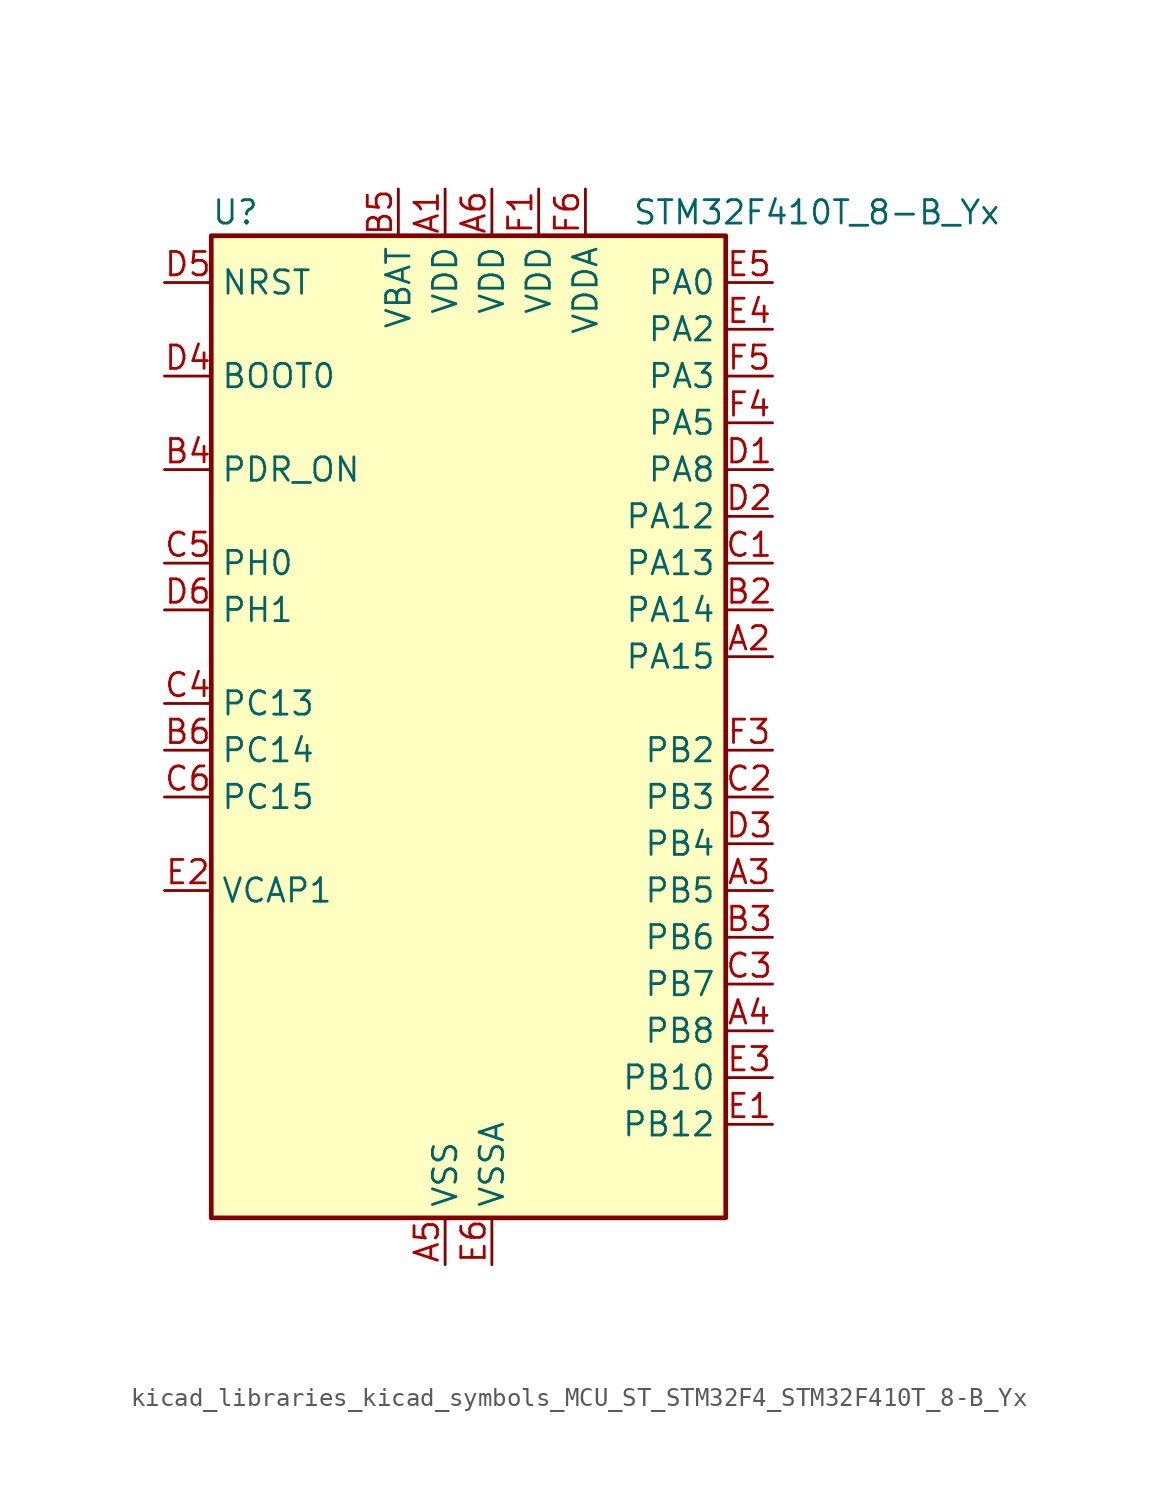
<source format=kicad_sym>
(kicad_symbol_lib
  (version 20220914)
  (generator kicad_symbol_editor)
  (symbol "kicad_libraries_kicad_symbols_MCU_ST_STM32F4_STM32F410T_8-B_Yx"
    (property "Reference" "U"
      (at -12.7 29.21 0)
      (effects (font (size 1.27 1.27)) (justify left)))
    (property "Value" "STM32F410T_8-B_Yx"
      (at 10.16 29.21 0)
      (effects (font (size 1.27 1.27)) (justify left)))
    (property "ki_locked" ""
      (at 0 0 0)
      (effects (font (size 1.27 1.27))))
    (symbol "kicad_libraries_kicad_symbols_MCU_ST_STM32F4_STM32F410T_8-B_Yx_0_1"
      (rectangle (start -12.7 -25.4) (end 15.24 27.94) (stroke (width 0.254) (type default)) (fill (type background))))
    (symbol "kicad_libraries_kicad_symbols_MCU_ST_STM32F4_STM32F410T_8-B_Yx_1_1"
      (pin power_in line (at 0 30.48 270) (length 2.54) (name "VDD" (effects (font (size 1.27 1.27)))) (number "A1" (effects (font (size 1.27 1.27)))))
      (pin bidirectional line (at 17.78 5.08 180) (length 2.54) (name "PA15" (effects (font (size 1.27 1.27)))) (number "A2" (effects (font (size 1.27 1.27)))) (alternate "ADC1_EXTI15" bidirectional line) (alternate "I2S1_WS" bidirectional line) (alternate "SPI1_NSS" bidirectional line) (alternate "SYS_JTDI" bidirectional line) (alternate "USART1_TX" bidirectional line))
      (pin bidirectional line (at 17.78 -7.62 180) (length 2.54) (name "PB5" (effects (font (size 1.27 1.27)))) (number "A3" (effects (font (size 1.27 1.27)))) (alternate "I2C1_SMBA" bidirectional line) (alternate "I2S1_SD" bidirectional line) (alternate "LPTIM1_IN1" bidirectional line) (alternate "SPI1_MOSI" bidirectional line))
      (pin bidirectional line (at 17.78 -15.24 180) (length 2.54) (name "PB8" (effects (font (size 1.27 1.27)))) (number "A4" (effects (font (size 1.27 1.27)))) (alternate "I2C1_SCL" bidirectional line) (alternate "LPTIM1_OUT" bidirectional line))
      (pin power_in line (at 0 -27.94 90) (length 2.54) (name "VSS" (effects (font (size 1.27 1.27)))) (number "A5" (effects (font (size 1.27 1.27)))))
      (pin power_in line (at 2.54 30.48 270) (length 2.54) (name "VDD" (effects (font (size 1.27 1.27)))) (number "A6" (effects (font (size 1.27 1.27)))))
      (pin passive line (at 0 -27.94 90) (length 2.54) hide (name "VSS" (effects (font (size 1.27 1.27)))) (number "B1" (effects (font (size 1.27 1.27)))))
      (pin bidirectional line (at 17.78 7.62 180) (length 2.54) (name "PA14" (effects (font (size 1.27 1.27)))) (number "B2" (effects (font (size 1.27 1.27)))) (alternate "SYS_JTCK-SWCLK" bidirectional line))
      (pin bidirectional line (at 17.78 -10.16 180) (length 2.54) (name "PB6" (effects (font (size 1.27 1.27)))) (number "B3" (effects (font (size 1.27 1.27)))) (alternate "I2C1_SCL" bidirectional line) (alternate "LPTIM1_ETR" bidirectional line) (alternate "USART1_TX" bidirectional line))
      (pin input line (at -15.24 15.24 0) (length 2.54) (name "PDR_ON" (effects (font (size 1.27 1.27)))) (number "B4" (effects (font (size 1.27 1.27)))))
      (pin power_in line (at -2.54 30.48 270) (length 2.54) (name "VBAT" (effects (font (size 1.27 1.27)))) (number "B5" (effects (font (size 1.27 1.27)))))
      (pin bidirectional line (at -15.24 0 0) (length 2.54) (name "PC14" (effects (font (size 1.27 1.27)))) (number "B6" (effects (font (size 1.27 1.27)))) (alternate "RCC_OSC32_IN" bidirectional line))
      (pin bidirectional line (at 17.78 10.16 180) (length 2.54) (name "PA13" (effects (font (size 1.27 1.27)))) (number "C1" (effects (font (size 1.27 1.27)))) (alternate "SYS_JTMS-SWDIO" bidirectional line))
      (pin bidirectional line (at 17.78 -2.54 180) (length 2.54) (name "PB3" (effects (font (size 1.27 1.27)))) (number "C2" (effects (font (size 1.27 1.27)))) (alternate "FMPI2C1_SDA" bidirectional line) (alternate "I2C2_SDA" bidirectional line) (alternate "I2S1_CK" bidirectional line) (alternate "SPI1_SCK" bidirectional line) (alternate "SYS_JTDO-SWO" bidirectional line) (alternate "USART1_RX" bidirectional line))
      (pin bidirectional line (at 17.78 -12.7 180) (length 2.54) (name "PB7" (effects (font (size 1.27 1.27)))) (number "C3" (effects (font (size 1.27 1.27)))) (alternate "I2C1_SDA" bidirectional line) (alternate "LPTIM1_IN2" bidirectional line) (alternate "USART1_RX" bidirectional line))
      (pin bidirectional line (at -15.24 2.54 0) (length 2.54) (name "PC13" (effects (font (size 1.27 1.27)))) (number "C4" (effects (font (size 1.27 1.27)))) (alternate "RTC_AF1" bidirectional line))
      (pin bidirectional line (at -15.24 10.16 0) (length 2.54) (name "PH0" (effects (font (size 1.27 1.27)))) (number "C5" (effects (font (size 1.27 1.27)))) (alternate "RCC_OSC_IN" bidirectional line))
      (pin bidirectional line (at -15.24 -2.54 0) (length 2.54) (name "PC15" (effects (font (size 1.27 1.27)))) (number "C6" (effects (font (size 1.27 1.27)))) (alternate "ADC1_EXTI15" bidirectional line) (alternate "RCC_OSC32_OUT" bidirectional line))
      (pin bidirectional line (at 17.78 15.24 180) (length 2.54) (name "PA8" (effects (font (size 1.27 1.27)))) (number "D1" (effects (font (size 1.27 1.27)))) (alternate "FMPI2C1_SCL" bidirectional line) (alternate "RCC_MCO_1" bidirectional line) (alternate "TIM1_CH1" bidirectional line) (alternate "USART1_CK" bidirectional line))
      (pin bidirectional line (at 17.78 12.7 180) (length 2.54) (name "PA12" (effects (font (size 1.27 1.27)))) (number "D2" (effects (font (size 1.27 1.27)))) (alternate "TIM1_ETR" bidirectional line) (alternate "USART1_RTS" bidirectional line))
      (pin bidirectional line (at 17.78 -5.08 180) (length 2.54) (name "PB4" (effects (font (size 1.27 1.27)))) (number "D3" (effects (font (size 1.27 1.27)))) (alternate "SPI1_MISO" bidirectional line) (alternate "SYS_JTRST" bidirectional line))
      (pin input line (at -15.24 20.32 0) (length 2.54) (name "BOOT0" (effects (font (size 1.27 1.27)))) (number "D4" (effects (font (size 1.27 1.27)))))
      (pin input line (at -15.24 25.4 0) (length 2.54) (name "NRST" (effects (font (size 1.27 1.27)))) (number "D5" (effects (font (size 1.27 1.27)))))
      (pin bidirectional line (at -15.24 7.62 0) (length 2.54) (name "PH1" (effects (font (size 1.27 1.27)))) (number "D6" (effects (font (size 1.27 1.27)))) (alternate "RCC_OSC_OUT" bidirectional line))
      (pin bidirectional line (at 17.78 -20.32 180) (length 2.54) (name "PB12" (effects (font (size 1.27 1.27)))) (number "E1" (effects (font (size 1.27 1.27)))) (alternate "I2C2_SMBA" bidirectional line) (alternate "TIM1_BKIN" bidirectional line) (alternate "TIM5_CH1" bidirectional line))
      (pin power_out line (at -15.24 -7.62 0) (length 2.54) (name "VCAP1" (effects (font (size 1.27 1.27)))) (number "E2" (effects (font (size 1.27 1.27)))))
      (pin bidirectional line (at 17.78 -17.78 180) (length 2.54) (name "PB10" (effects (font (size 1.27 1.27)))) (number "E3" (effects (font (size 1.27 1.27)))) (alternate "FMPI2C1_SCL" bidirectional line) (alternate "I2C2_SCL" bidirectional line) (alternate "I2S1_MCK" bidirectional line))
      (pin bidirectional line (at 17.78 22.86 180) (length 2.54) (name "PA2" (effects (font (size 1.27 1.27)))) (number "E4" (effects (font (size 1.27 1.27)))) (alternate "ADC1_IN2" bidirectional line) (alternate "I2S_CKIN" bidirectional line) (alternate "TIM5_CH3" bidirectional line) (alternate "TIM9_CH1" bidirectional line) (alternate "USART2_TX" bidirectional line))
      (pin bidirectional line (at 17.78 25.4 180) (length 2.54) (name "PA0" (effects (font (size 1.27 1.27)))) (number "E5" (effects (font (size 1.27 1.27)))) (alternate "ADC1_IN0" bidirectional line) (alternate "SYS_WKUP1" bidirectional line) (alternate "TIM5_CH1" bidirectional line) (alternate "USART2_CTS" bidirectional line))
      (pin power_in line (at 2.54 -27.94 90) (length 2.54) (name "VSSA" (effects (font (size 1.27 1.27)))) (number "E6" (effects (font (size 1.27 1.27)))))
      (pin power_in line (at 5.08 30.48 270) (length 2.54) (name "VDD" (effects (font (size 1.27 1.27)))) (number "F1" (effects (font (size 1.27 1.27)))))
      (pin passive line (at 0 -27.94 90) (length 2.54) hide (name "VSS" (effects (font (size 1.27 1.27)))) (number "F2" (effects (font (size 1.27 1.27)))))
      (pin bidirectional line (at 17.78 0 180) (length 2.54) (name "PB2" (effects (font (size 1.27 1.27)))) (number "F3" (effects (font (size 1.27 1.27)))) (alternate "LPTIM1_OUT" bidirectional line))
      (pin bidirectional line (at 17.78 17.78 180) (length 2.54) (name "PA5" (effects (font (size 1.27 1.27)))) (number "F4" (effects (font (size 1.27 1.27)))) (alternate "ADC1_IN5" bidirectional line) (alternate "DAC_OUT1" bidirectional line) (alternate "I2S1_CK" bidirectional line) (alternate "SPI1_SCK" bidirectional line))
      (pin bidirectional line (at 17.78 20.32 180) (length 2.54) (name "PA3" (effects (font (size 1.27 1.27)))) (number "F5" (effects (font (size 1.27 1.27)))) (alternate "ADC1_IN3" bidirectional line) (alternate "TIM5_CH4" bidirectional line) (alternate "TIM9_CH2" bidirectional line) (alternate "USART2_RX" bidirectional line))
      (pin power_in line (at 7.62 30.48 270) (length 2.54) (name "VDDA" (effects (font (size 1.27 1.27)))) (number "F6" (effects (font (size 1.27 1.27))))))))
</source>
